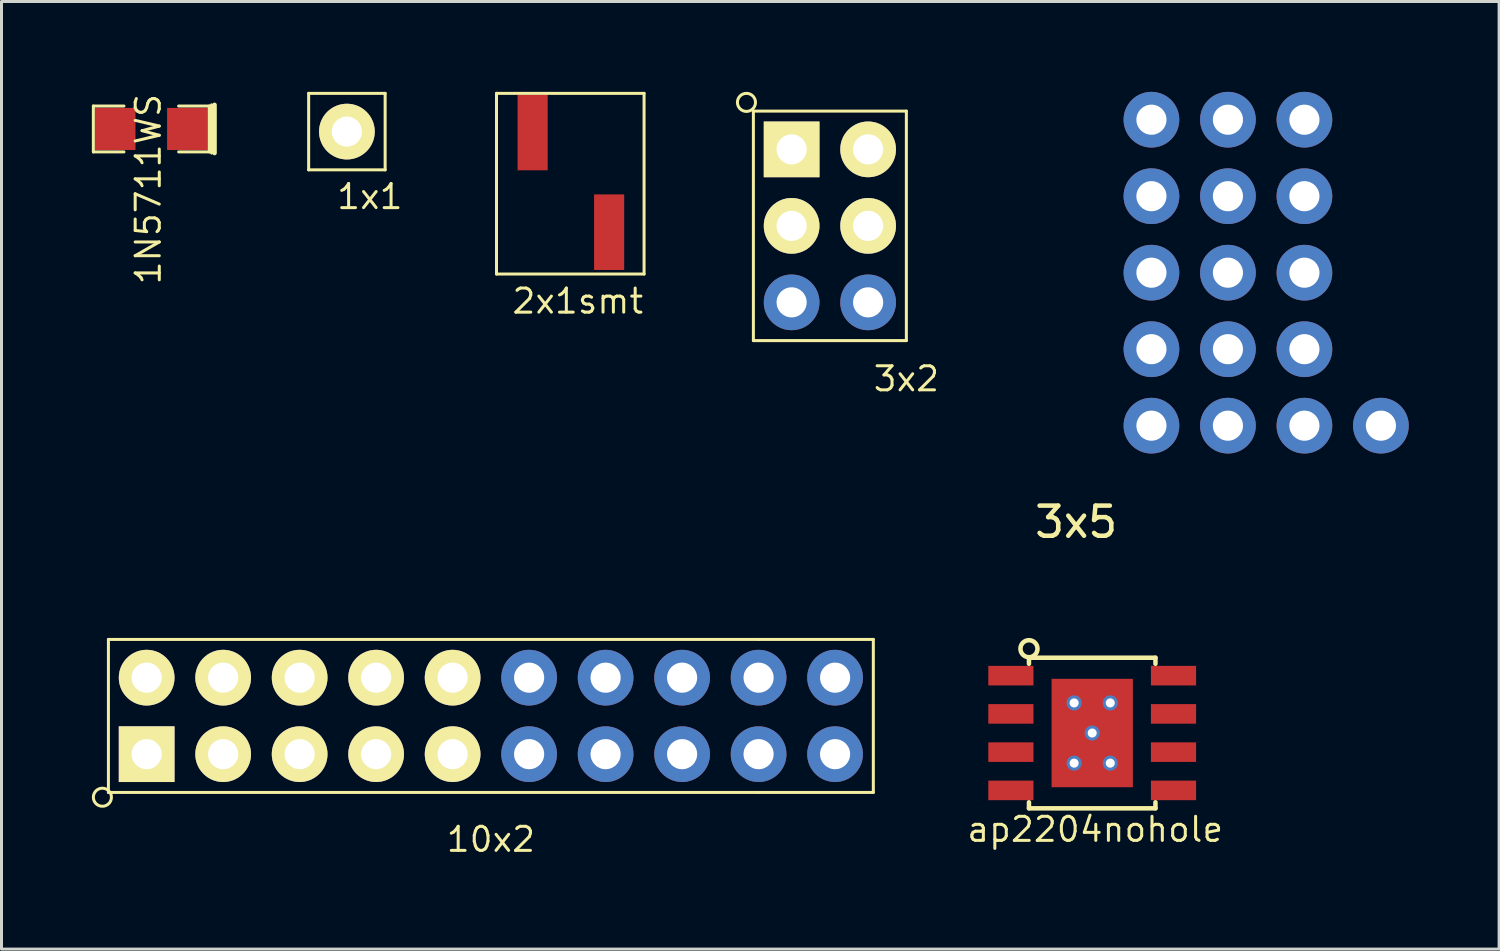
<source format=kicad_pcb>
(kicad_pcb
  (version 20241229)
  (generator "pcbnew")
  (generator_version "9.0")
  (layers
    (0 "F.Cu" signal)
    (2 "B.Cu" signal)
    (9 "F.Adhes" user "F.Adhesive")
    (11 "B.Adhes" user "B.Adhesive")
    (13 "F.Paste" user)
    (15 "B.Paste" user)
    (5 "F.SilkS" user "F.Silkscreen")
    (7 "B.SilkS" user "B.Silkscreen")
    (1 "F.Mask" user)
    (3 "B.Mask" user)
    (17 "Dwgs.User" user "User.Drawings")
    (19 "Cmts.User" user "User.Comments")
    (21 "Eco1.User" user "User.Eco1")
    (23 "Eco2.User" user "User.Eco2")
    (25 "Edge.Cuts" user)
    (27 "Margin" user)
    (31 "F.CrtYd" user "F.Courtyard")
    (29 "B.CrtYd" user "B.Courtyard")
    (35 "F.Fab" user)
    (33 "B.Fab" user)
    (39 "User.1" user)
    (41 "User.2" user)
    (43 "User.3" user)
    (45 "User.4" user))
  (footprint "10x2"
    (layer "F.Cu")
    (at 13.25 20.723)
    (property "Reference" "10x2" (at 0 4.1 0) (layer "F.SilkS") (effects (font (size 0.8 0.8) (thickness 0.1))))
    (attr through_hole)
    (fp_line (start -12.7 -2.54) (end -12.7 2.54) (stroke (width 0.1) (type solid)) (layer "F.SilkS"))
    (fp_line (start -12.7 -2.54) (end 8.89 -2.54) (stroke (width 0.1) (type solid)) (layer "F.SilkS"))
    (fp_line (start -12.7 2.54) (end 8.89 2.54) (stroke (width 0.1) (type solid)) (layer "F.SilkS"))
    (fp_line (start 8.89 -2.54) (end 12.7 -2.54) (stroke (width 0.1) (type solid)) (layer "F.SilkS"))
    (fp_line (start 12.7 -2.54) (end 12.7 2.54) (stroke (width 0.1) (type solid)) (layer "F.SilkS"))
    (fp_line (start 12.7 2.54) (end 8.89 2.54) (stroke (width 0.1) (type solid)) (layer "F.SilkS"))
    (fp_circle (center -12.9 2.7) (end -12.9 2.4) (stroke (width 0.1) (type solid)) (fill no) (layer "F.SilkS"))
    (pad "1" thru_hole rect (at -11.43 1.27) (size 1.85 1.85) (drill 1) (layers "*.Cu" "*.Mask" "F.SilkS"))
    (pad "2" thru_hole circle (at -11.43 -1.27) (size 1.85 1.85) (drill 1) (layers "*.Cu" "*.Mask" "F.SilkS"))
    (pad "3" thru_hole circle (at -8.89 1.27) (size 1.85 1.85) (drill 1) (layers "*.Cu" "*.Mask" "F.SilkS"))
    (pad "4" thru_hole circle (at -8.89 -1.27) (size 1.85 1.85) (drill 1) (layers "*.Cu" "*.Mask" "F.SilkS"))
    (pad "5" thru_hole circle (at -6.35 1.27) (size 1.85 1.85) (drill 1) (layers "*.Cu" "*.Mask" "F.SilkS"))
    (pad "6" thru_hole circle (at -6.35 -1.27) (size 1.85 1.85) (drill 1) (layers "*.Cu" "*.Mask" "F.SilkS"))
    (pad "7" thru_hole circle (at -3.81 1.27) (size 1.85 1.85) (drill 1) (layers "*.Cu" "*.Mask" "F.SilkS"))
    (pad "8" thru_hole circle (at -3.81 -1.27) (size 1.85 1.85) (drill 1) (layers "*.Cu" "*.Mask" "F.SilkS"))
    (pad "9" thru_hole circle (at -1.27 1.27) (size 1.85 1.85) (drill 1) (layers "*.Cu" "*.Mask" "F.SilkS"))
    (pad "10" thru_hole circle (at -1.27 -1.27) (size 1.85 1.85) (drill 1) (layers "*.Cu" "*.Mask" "F.SilkS"))
    (pad "11" thru_hole circle (at 1.27 1.27) (size 1.85 1.85) (drill 1) (layers "*.Cu" "*.Mask"))
    (pad "12" thru_hole circle (at 1.27 -1.27) (size 1.85 1.85) (drill 1) (layers "*.Cu" "*.Mask"))
    (pad "13" thru_hole circle (at 3.81 1.27) (size 1.85 1.85) (drill 1) (layers "*.Cu" "*.Mask"))
    (pad "14" thru_hole circle (at 3.81 -1.27) (size 1.85 1.85) (drill 1) (layers "*.Cu" "*.Mask"))
    (pad "15" thru_hole circle (at 6.35 1.27) (size 1.85 1.85) (drill 1) (layers "*.Cu" "*.Mask"))
    (pad "16" thru_hole circle (at 6.35 -1.27) (size 1.85 1.85) (drill 1) (layers "*.Cu" "*.Mask"))
    (pad "17" thru_hole circle (at 8.89 1.27) (size 1.85 1.85) (drill 1) (layers "*.Cu" "*.Mask"))
    (pad "18" thru_hole circle (at 8.89 -1.27) (size 1.85 1.85) (drill 1) (layers "*.Cu" "*.Mask"))
    (pad "19" thru_hole circle (at 11.43 1.27) (size 1.85 1.85) (drill 1) (layers "*.Cu" "*.Mask"))
    (pad "20" thru_hole circle (at 11.43 -1.27) (size 1.85 1.85) (drill 1) (layers "*.Cu" "*.Mask")))
  (footprint "1N5711WS"
    (layer "F.Cu")
    (at 1.974 1.232)
    (property "Reference" "1N5711WS" (at -0.1 2 270) (layer "F.SilkS") (effects (font (size 0.8 0.8) (thickness 0.1))))
    (attr smd)
    (fp_line (start -1.924 -0.762) (end -0.908 -0.762) (stroke (width 0.1) (type solid)) (layer "F.SilkS"))
    (fp_line (start -1.924 0.762) (end -1.924 -0.762) (stroke (width 0.1) (type solid)) (layer "F.SilkS"))
    (fp_line (start -0.908 0.762) (end -1.924 0.762) (stroke (width 0.1) (type solid)) (layer "F.SilkS"))
    (fp_line (start 0.908 -0.762) (end 1.924 -0.762) (stroke (width 0.1) (type solid)) (layer "F.SilkS"))
    (fp_line (start 1.924 -0.762) (end 1.924 0.762) (stroke (width 0.1) (type solid)) (layer "F.SilkS"))
    (fp_line (start 1.924 0.762) (end 0.908 0.762) (stroke (width 0.1) (type solid)) (layer "F.SilkS"))
    (fp_line (start 2 -0.8) (end 2 0.8) (stroke (width 0.1) (type solid)) (layer "F.SilkS"))
    (fp_line (start 2.1 -0.8) (end 2.1 0.8) (stroke (width 0.15) (type solid)) (layer "F.SilkS"))
    (pad "1" smd rect (at -1.2 0) (size 1.35 1.397) (layers "F.Cu" "F.Mask" "F.Paste"))
    (pad "2" smd rect (at 1.2 0) (size 1.35 1.397) (layers "F.Cu" "F.Mask" "F.Paste")))
  (footprint "1x1"
    (layer "F.Cu")
    (at 8.469 1.32)
    (property "Reference" "1x1" (at 0.762 2.159 0) (layer "F.SilkS") (effects (font (size 0.8 0.8) (thickness 0.1))))
    (attr through_hole)
    (fp_line (start -1.27 -1.27) (end -1.27 1.27) (stroke (width 0.1) (type solid)) (layer "F.SilkS"))
    (fp_line (start -1.27 -1.27) (end 1.27 -1.27) (stroke (width 0.1) (type solid)) (layer "F.SilkS"))
    (fp_line (start 1.27 -1.27) (end 1.27 1.27) (stroke (width 0.1) (type solid)) (layer "F.SilkS"))
    (fp_line (start 1.27 1.27) (end -1.27 1.27) (stroke (width 0.1) (type solid)) (layer "F.SilkS"))
    (pad "1" thru_hole circle (at 0 0) (size 1.85 1.85) (drill 1) (layers "*.Cu" "*.Mask" "F.SilkS")))
  (footprint "3x2"
    (layer "F.Cu")
    (at 23.237 4.45)
    (property "Reference" "3x2" (at 3.81 5.08 0) (layer "F.SilkS") (effects (font (size 0.8 0.8) (thickness 0.1))))
    (attr through_hole)
    (fp_line (start -1.27 -3.81) (end 3.81 -3.81) (stroke (width 0.1) (type solid)) (layer "F.SilkS"))
    (fp_line (start -1.27 3.81) (end -1.27 -3.81) (stroke (width 0.1) (type solid)) (layer "F.SilkS"))
    (fp_line (start 3.81 -3.81) (end 3.81 3.81) (stroke (width 0.1) (type solid)) (layer "F.SilkS"))
    (fp_line (start 3.81 3.81) (end -1.27 3.81) (stroke (width 0.1) (type solid)) (layer "F.SilkS"))
    (fp_circle (center -1.5 -4.1) (end -1.5 -4.4) (stroke (width 0.1) (type solid)) (fill no) (layer "F.SilkS"))
    (pad "1" thru_hole rect (at 0 -2.54) (size 1.85 1.85) (drill 1) (layers "*.Cu" "*.Mask" "F.SilkS"))
    (pad "2" thru_hole circle (at 2.54 -2.54) (size 1.85 1.85) (drill 1) (layers "*.Cu" "*.Mask" "F.SilkS"))
    (pad "3" thru_hole circle (at 0 0) (size 1.85 1.85) (drill 1) (layers "*.Cu" "*.Mask" "F.SilkS"))
    (pad "4" thru_hole circle (at 2.54 0) (size 1.85 1.85) (drill 1) (layers "*.Cu" "*.Mask" "F.SilkS"))
    (pad "5" thru_hole circle (at 0 2.54) (size 1.85 1.85) (drill 1) (layers "*.Cu" "*.Mask"))
    (pad "6" thru_hole circle (at 2.54 2.54) (size 1.85 1.85) (drill 1) (layers "*.Cu" "*.Mask")))
  (footprint "2x1smt"
    (layer "F.Cu")
    (at 14.637 1.35)
    (property "Reference" "2x1smt" (at 1.5 5.6 0) (layer "F.SilkS") (effects (font (size 0.8 0.8) (thickness 0.1))))
    (attr through_hole)
    (fp_line (start -1.2 -1.3) (end -1.2 4.7) (stroke (width 0.1) (type solid)) (layer "F.SilkS"))
    (fp_line (start -1.2 4.7) (end 3.7 4.7) (stroke (width 0.1) (type solid)) (layer "F.SilkS"))
    (fp_line (start 3.7 -1.3) (end -1.2 -1.3) (stroke (width 0.1) (type solid)) (layer "F.SilkS"))
    (fp_line (start 3.7 4.7) (end 3.7 -1.3) (stroke (width 0.1) (type solid)) (layer "F.SilkS"))
    (pad "1" smd rect (at 0 0) (size 1 2.51) (layers "F.Cu" "F.Mask" "F.Paste"))
    (pad "2" smd rect (at 2.54 3.31) (size 1 2.51) (layers "F.Cu" "F.Mask" "F.Paste")))
  (footprint "ap2204nohole"
    (layer "F.Cu")
    (at 33.218 21.291)
    (property "Reference" "ap2204nohole" (at 0.1 3.2 0) (layer "F.SilkS") (effects (font (size 0.8 0.8) (thickness 0.1))))
    (attr through_hole)
    (fp_line (start -2.1 -2.5) (end 2.1 -2.5) (stroke (width 0.15) (type solid)) (layer "F.SilkS"))
    (fp_line (start -2.1 -2.3) (end -2.1 -2.5) (stroke (width 0.15) (type solid)) (layer "F.SilkS"))
    (fp_line (start -2.1 2.3) (end -2.1 2.5) (stroke (width 0.15) (type solid)) (layer "F.SilkS"))
    (fp_line (start -2.1 2.5) (end 2.1 2.5) (stroke (width 0.15) (type solid)) (layer "F.SilkS"))
    (fp_line (start 2.1 -2.5) (end 2.1 -2.3) (stroke (width 0.15) (type solid)) (layer "F.SilkS"))
    (fp_line (start 2.1 2.5) (end 2.1 2.3) (stroke (width 0.15) (type solid)) (layer "F.SilkS"))
    (fp_circle (center -2.1 -2.8) (end -2.3 -3) (stroke (width 0.15) (type solid)) (fill no) (layer "F.SilkS"))
    (pad "1" smd rect (at -2.7 -1.905) (size 1.5 0.65) (layers "F.Cu" "F.Mask" "F.Paste"))
    (pad "2" smd rect (at -2.7 -0.635) (size 1.5 0.65) (layers "F.Cu" "F.Mask" "F.Paste"))
    (pad "3" smd rect (at -2.7 0.635) (size 1.5 0.65) (layers "F.Cu" "F.Mask" "F.Paste"))
    (pad "4" smd rect (at -2.7 1.905) (size 1.5 0.65) (layers "F.Cu" "F.Mask" "F.Paste"))
    (pad "5" smd rect (at 2.7 1.905) (size 1.5 0.65) (layers "F.Cu" "F.Mask" "F.Paste"))
    (pad "6" smd rect (at 2.7 0.635) (size 1.5 0.65) (layers "F.Cu" "F.Mask" "F.Paste"))
    (pad "7" thru_hole circle (at -0.6 -1) (size 0.5 0.5) (drill 0.3) (layers "*.Cu" "*.Mask"))
    (pad "7" thru_hole circle (at -0.6 1) (size 0.5 0.5) (drill 0.3) (layers "*.Cu" "*.Mask"))
    (pad "7" thru_hole circle (at 0 0) (size 0.5 0.5) (drill 0.3) (layers "*.Cu" "*.Mask"))
    (pad "7" smd rect (at 0 0) (size 2.7 3.6) (layers "F.Cu" "F.Mask" "F.Paste"))
    (pad "7" thru_hole circle (at 0.6 -1) (size 0.5 0.5) (drill 0.3) (layers "*.Cu" "*.Mask"))
    (pad "7" thru_hole circle (at 0.6 1) (size 0.5 0.5) (drill 0.3) (layers "*.Cu" "*.Mask"))
    (pad "7" smd rect (at 2.7 -0.635) (size 1.5 0.65) (layers "F.Cu" "F.Mask" "F.Paste"))
    (pad "8" smd rect (at 2.7 -1.905) (size 1.5 0.65) (layers "F.Cu" "F.Mask" "F.Paste")))
  (footprint "3x5"
    (layer "F.Cu")
    (at 35.185 11.085)
    (property "Reference" "3x5" (at -2.5 3.2 0) (layer "F.SilkS") (effects (font (size 1 1) (thickness 0.15))))
    (attr through_hole)
    (pad "1" thru_hole circle (at 0 0) (size 1.85 1.85) (drill 1) (layers "*.Cu" "*.Mask"))
    (pad "1" thru_hole circle (at 2.54 0) (size 1.85 1.85) (drill 1) (layers "*.Cu" "*.Mask"))
    (pad "2" thru_hole circle (at 0 -10.16) (size 1.85 1.85) (drill 1) (layers "*.Cu" "*.Mask"))
    (pad "2" thru_hole circle (at 2.54 -10.16) (size 1.85 1.85) (drill 1) (layers "*.Cu" "*.Mask"))
    (pad "~" thru_hole circle (at 0 -7.62) (size 1.85 1.85) (drill 1) (layers "*.Cu" "*.Mask"))
    (pad "~" thru_hole circle (at 0 -5.08) (size 1.85 1.85) (drill 1) (layers "*.Cu" "*.Mask"))
    (pad "~" thru_hole circle (at 0 -2.54) (size 1.85 1.85) (drill 1) (layers "*.Cu" "*.Mask"))
    (pad "~" thru_hole circle (at 2.54 -7.62) (size 1.85 1.85) (drill 1) (layers "*.Cu" "*.Mask"))
    (pad "~" thru_hole circle (at 2.54 -5.08) (size 1.85 1.85) (drill 1) (layers "*.Cu" "*.Mask"))
    (pad "~" thru_hole circle (at 2.54 -2.54) (size 1.85 1.85) (drill 1) (layers "*.Cu" "*.Mask"))
    (pad "~" thru_hole circle (at 5.08 -10.16) (size 1.85 1.85) (drill 1) (layers "*.Cu" "*.Mask"))
    (pad "~" thru_hole circle (at 5.08 -7.62) (size 1.85 1.85) (drill 1) (layers "*.Cu" "*.Mask"))
    (pad "~" thru_hole circle (at 5.08 -5.08) (size 1.85 1.85) (drill 1) (layers "*.Cu" "*.Mask"))
    (pad "~" thru_hole circle (at 5.08 -2.54) (size 1.85 1.85) (drill 1) (layers "*.Cu" "*.Mask"))
    (pad "~" thru_hole circle (at 5.08 0) (size 1.85 1.85) (drill 1) (layers "*.Cu" "*.Mask"))
    (pad "~" thru_hole circle (at 7.62 0) (size 1.85 1.85) (drill 1) (layers "*.Cu" "*.Mask")))
  (gr_rect
    (start -3 -3)
    (end 46.73 28.467)
    (stroke (width 0.1) (type default))
    (fill no)
    (layer "Edge.Cuts")))
</source>
